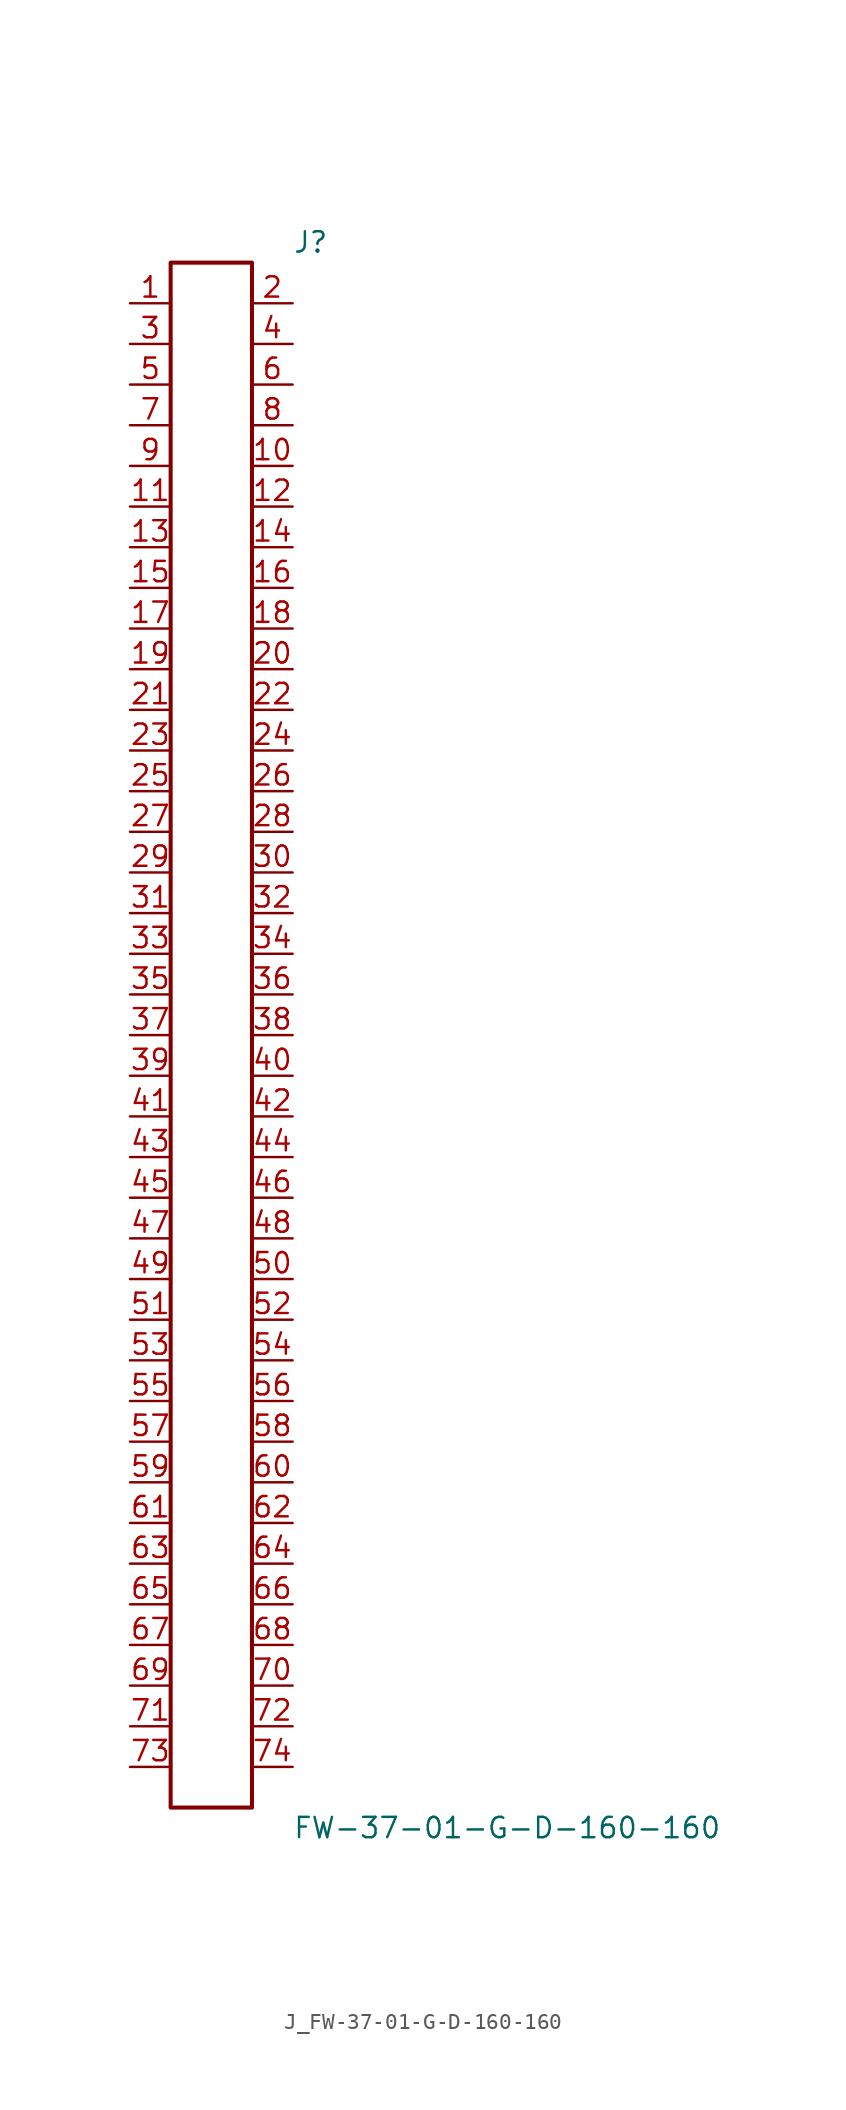
<source format=kicad_sym>
(kicad_symbol_lib
  (version 20231120)
  (generator kicad_symbol_editor)
  (generator_version 8.0)
  (symbol "J_FW-37-01-G-D-160-160"
    (pin_names
      (offset 0.254))
    (property "Reference" "J"
      (at 5.08 49.53 0)
      (effects (font (size 1.27 1.27)) (justify left)))
    (property "Value" "FW-37-01-G-D-160-160"
      (at 5.08 -49.53 0)
      (effects (font (size 1.27 1.27)) (justify left)))
    (symbol "J_FW-37-01-G-D-160-160_0_0"
      (pin unspecified line (at -5.08 45.72 0) (length 2.54) (name "" (effects (font (size 1.27 1.27)))) (number "1" (effects (font (size 1.27 1.27)))))
      (pin unspecified line (at 5.08 45.72 180) (length 2.54) (name "" (effects (font (size 1.27 1.27)))) (number "2" (effects (font (size 1.27 1.27)))))
      (pin unspecified line (at -5.08 43.18 0) (length 2.54) (name "" (effects (font (size 1.27 1.27)))) (number "3" (effects (font (size 1.27 1.27)))))
      (pin unspecified line (at 5.08 43.18 180) (length 2.54) (name "" (effects (font (size 1.27 1.27)))) (number "4" (effects (font (size 1.27 1.27)))))
      (pin unspecified line (at -5.08 40.64 0) (length 2.54) (name "" (effects (font (size 1.27 1.27)))) (number "5" (effects (font (size 1.27 1.27)))))
      (pin unspecified line (at 5.08 40.64 180) (length 2.54) (name "" (effects (font (size 1.27 1.27)))) (number "6" (effects (font (size 1.27 1.27)))))
      (pin unspecified line (at -5.08 38.1 0) (length 2.54) (name "" (effects (font (size 1.27 1.27)))) (number "7" (effects (font (size 1.27 1.27)))))
      (pin unspecified line (at 5.08 38.1 180) (length 2.54) (name "" (effects (font (size 1.27 1.27)))) (number "8" (effects (font (size 1.27 1.27)))))
      (pin unspecified line (at -5.08 35.56 0) (length 2.54) (name "" (effects (font (size 1.27 1.27)))) (number "9" (effects (font (size 1.27 1.27)))))
      (pin unspecified line (at 5.08 35.56 180) (length 2.54) (name "" (effects (font (size 1.27 1.27)))) (number "10" (effects (font (size 1.27 1.27)))))
      (pin unspecified line (at -5.08 33.02 0) (length 2.54) (name "" (effects (font (size 1.27 1.27)))) (number "11" (effects (font (size 1.27 1.27)))))
      (pin unspecified line (at 5.08 33.02 180) (length 2.54) (name "" (effects (font (size 1.27 1.27)))) (number "12" (effects (font (size 1.27 1.27)))))
      (pin unspecified line (at -5.08 30.48 0) (length 2.54) (name "" (effects (font (size 1.27 1.27)))) (number "13" (effects (font (size 1.27 1.27)))))
      (pin unspecified line (at 5.08 30.48 180) (length 2.54) (name "" (effects (font (size 1.27 1.27)))) (number "14" (effects (font (size 1.27 1.27)))))
      (pin unspecified line (at -5.08 27.94 0) (length 2.54) (name "" (effects (font (size 1.27 1.27)))) (number "15" (effects (font (size 1.27 1.27)))))
      (pin unspecified line (at 5.08 27.94 180) (length 2.54) (name "" (effects (font (size 1.27 1.27)))) (number "16" (effects (font (size 1.27 1.27)))))
      (pin unspecified line (at -5.08 25.4 0) (length 2.54) (name "" (effects (font (size 1.27 1.27)))) (number "17" (effects (font (size 1.27 1.27)))))
      (pin unspecified line (at 5.08 25.4 180) (length 2.54) (name "" (effects (font (size 1.27 1.27)))) (number "18" (effects (font (size 1.27 1.27)))))
      (pin unspecified line (at -5.08 22.86 0) (length 2.54) (name "" (effects (font (size 1.27 1.27)))) (number "19" (effects (font (size 1.27 1.27)))))
      (pin unspecified line (at 5.08 22.86 180) (length 2.54) (name "" (effects (font (size 1.27 1.27)))) (number "20" (effects (font (size 1.27 1.27)))))
      (pin unspecified line (at -5.08 20.32 0) (length 2.54) (name "" (effects (font (size 1.27 1.27)))) (number "21" (effects (font (size 1.27 1.27)))))
      (pin unspecified line (at 5.08 20.32 180) (length 2.54) (name "" (effects (font (size 1.27 1.27)))) (number "22" (effects (font (size 1.27 1.27)))))
      (pin unspecified line (at -5.08 17.78 0) (length 2.54) (name "" (effects (font (size 1.27 1.27)))) (number "23" (effects (font (size 1.27 1.27)))))
      (pin unspecified line (at 5.08 17.78 180) (length 2.54) (name "" (effects (font (size 1.27 1.27)))) (number "24" (effects (font (size 1.27 1.27)))))
      (pin unspecified line (at -5.08 15.24 0) (length 2.54) (name "" (effects (font (size 1.27 1.27)))) (number "25" (effects (font (size 1.27 1.27)))))
      (pin unspecified line (at 5.08 15.24 180) (length 2.54) (name "" (effects (font (size 1.27 1.27)))) (number "26" (effects (font (size 1.27 1.27)))))
      (pin unspecified line (at -5.08 12.7 0) (length 2.54) (name "" (effects (font (size 1.27 1.27)))) (number "27" (effects (font (size 1.27 1.27)))))
      (pin unspecified line (at 5.08 12.7 180) (length 2.54) (name "" (effects (font (size 1.27 1.27)))) (number "28" (effects (font (size 1.27 1.27)))))
      (pin unspecified line (at -5.08 10.16 0) (length 2.54) (name "" (effects (font (size 1.27 1.27)))) (number "29" (effects (font (size 1.27 1.27)))))
      (pin unspecified line (at 5.08 10.16 180) (length 2.54) (name "" (effects (font (size 1.27 1.27)))) (number "30" (effects (font (size 1.27 1.27)))))
      (pin unspecified line (at -5.08 7.62 0) (length 2.54) (name "" (effects (font (size 1.27 1.27)))) (number "31" (effects (font (size 1.27 1.27)))))
      (pin unspecified line (at 5.08 7.62 180) (length 2.54) (name "" (effects (font (size 1.27 1.27)))) (number "32" (effects (font (size 1.27 1.27)))))
      (pin unspecified line (at -5.08 5.08 0) (length 2.54) (name "" (effects (font (size 1.27 1.27)))) (number "33" (effects (font (size 1.27 1.27)))))
      (pin unspecified line (at 5.08 5.08 180) (length 2.54) (name "" (effects (font (size 1.27 1.27)))) (number "34" (effects (font (size 1.27 1.27)))))
      (pin unspecified line (at -5.08 2.54 0) (length 2.54) (name "" (effects (font (size 1.27 1.27)))) (number "35" (effects (font (size 1.27 1.27)))))
      (pin unspecified line (at 5.08 2.54 180) (length 2.54) (name "" (effects (font (size 1.27 1.27)))) (number "36" (effects (font (size 1.27 1.27)))))
      (pin unspecified line (at -5.08 0.0 0) (length 2.54) (name "" (effects (font (size 1.27 1.27)))) (number "37" (effects (font (size 1.27 1.27)))))
      (pin unspecified line (at 5.08 0.0 180) (length 2.54) (name "" (effects (font (size 1.27 1.27)))) (number "38" (effects (font (size 1.27 1.27)))))
      (pin unspecified line (at -5.08 -2.54 0) (length 2.54) (name "" (effects (font (size 1.27 1.27)))) (number "39" (effects (font (size 1.27 1.27)))))
      (pin unspecified line (at 5.08 -2.54 180) (length 2.54) (name "" (effects (font (size 1.27 1.27)))) (number "40" (effects (font (size 1.27 1.27)))))
      (pin unspecified line (at -5.08 -5.08 0) (length 2.54) (name "" (effects (font (size 1.27 1.27)))) (number "41" (effects (font (size 1.27 1.27)))))
      (pin unspecified line (at 5.08 -5.08 180) (length 2.54) (name "" (effects (font (size 1.27 1.27)))) (number "42" (effects (font (size 1.27 1.27)))))
      (pin unspecified line (at -5.08 -7.62 0) (length 2.54) (name "" (effects (font (size 1.27 1.27)))) (number "43" (effects (font (size 1.27 1.27)))))
      (pin unspecified line (at 5.08 -7.62 180) (length 2.54) (name "" (effects (font (size 1.27 1.27)))) (number "44" (effects (font (size 1.27 1.27)))))
      (pin unspecified line (at -5.08 -10.16 0) (length 2.54) (name "" (effects (font (size 1.27 1.27)))) (number "45" (effects (font (size 1.27 1.27)))))
      (pin unspecified line (at 5.08 -10.16 180) (length 2.54) (name "" (effects (font (size 1.27 1.27)))) (number "46" (effects (font (size 1.27 1.27)))))
      (pin unspecified line (at -5.08 -12.7 0) (length 2.54) (name "" (effects (font (size 1.27 1.27)))) (number "47" (effects (font (size 1.27 1.27)))))
      (pin unspecified line (at 5.08 -12.7 180) (length 2.54) (name "" (effects (font (size 1.27 1.27)))) (number "48" (effects (font (size 1.27 1.27)))))
      (pin unspecified line (at -5.08 -15.24 0) (length 2.54) (name "" (effects (font (size 1.27 1.27)))) (number "49" (effects (font (size 1.27 1.27)))))
      (pin unspecified line (at 5.08 -15.24 180) (length 2.54) (name "" (effects (font (size 1.27 1.27)))) (number "50" (effects (font (size 1.27 1.27)))))
      (pin unspecified line (at -5.08 -17.78 0) (length 2.54) (name "" (effects (font (size 1.27 1.27)))) (number "51" (effects (font (size 1.27 1.27)))))
      (pin unspecified line (at 5.08 -17.78 180) (length 2.54) (name "" (effects (font (size 1.27 1.27)))) (number "52" (effects (font (size 1.27 1.27)))))
      (pin unspecified line (at -5.08 -20.32 0) (length 2.54) (name "" (effects (font (size 1.27 1.27)))) (number "53" (effects (font (size 1.27 1.27)))))
      (pin unspecified line (at 5.08 -20.32 180) (length 2.54) (name "" (effects (font (size 1.27 1.27)))) (number "54" (effects (font (size 1.27 1.27)))))
      (pin unspecified line (at -5.08 -22.86 0) (length 2.54) (name "" (effects (font (size 1.27 1.27)))) (number "55" (effects (font (size 1.27 1.27)))))
      (pin unspecified line (at 5.08 -22.86 180) (length 2.54) (name "" (effects (font (size 1.27 1.27)))) (number "56" (effects (font (size 1.27 1.27)))))
      (pin unspecified line (at -5.08 -25.4 0) (length 2.54) (name "" (effects (font (size 1.27 1.27)))) (number "57" (effects (font (size 1.27 1.27)))))
      (pin unspecified line (at 5.08 -25.4 180) (length 2.54) (name "" (effects (font (size 1.27 1.27)))) (number "58" (effects (font (size 1.27 1.27)))))
      (pin unspecified line (at -5.08 -27.94 0) (length 2.54) (name "" (effects (font (size 1.27 1.27)))) (number "59" (effects (font (size 1.27 1.27)))))
      (pin unspecified line (at 5.08 -27.94 180) (length 2.54) (name "" (effects (font (size 1.27 1.27)))) (number "60" (effects (font (size 1.27 1.27)))))
      (pin unspecified line (at -5.08 -30.48 0) (length 2.54) (name "" (effects (font (size 1.27 1.27)))) (number "61" (effects (font (size 1.27 1.27)))))
      (pin unspecified line (at 5.08 -30.48 180) (length 2.54) (name "" (effects (font (size 1.27 1.27)))) (number "62" (effects (font (size 1.27 1.27)))))
      (pin unspecified line (at -5.08 -33.02 0) (length 2.54) (name "" (effects (font (size 1.27 1.27)))) (number "63" (effects (font (size 1.27 1.27)))))
      (pin unspecified line (at 5.08 -33.02 180) (length 2.54) (name "" (effects (font (size 1.27 1.27)))) (number "64" (effects (font (size 1.27 1.27)))))
      (pin unspecified line (at -5.08 -35.56 0) (length 2.54) (name "" (effects (font (size 1.27 1.27)))) (number "65" (effects (font (size 1.27 1.27)))))
      (pin unspecified line (at 5.08 -35.56 180) (length 2.54) (name "" (effects (font (size 1.27 1.27)))) (number "66" (effects (font (size 1.27 1.27)))))
      (pin unspecified line (at -5.08 -38.1 0) (length 2.54) (name "" (effects (font (size 1.27 1.27)))) (number "67" (effects (font (size 1.27 1.27)))))
      (pin unspecified line (at 5.08 -38.1 180) (length 2.54) (name "" (effects (font (size 1.27 1.27)))) (number "68" (effects (font (size 1.27 1.27)))))
      (pin unspecified line (at -5.08 -40.64 0) (length 2.54) (name "" (effects (font (size 1.27 1.27)))) (number "69" (effects (font (size 1.27 1.27)))))
      (pin unspecified line (at 5.08 -40.64 180) (length 2.54) (name "" (effects (font (size 1.27 1.27)))) (number "70" (effects (font (size 1.27 1.27)))))
      (pin unspecified line (at -5.08 -43.18 0) (length 2.54) (name "" (effects (font (size 1.27 1.27)))) (number "71" (effects (font (size 1.27 1.27)))))
      (pin unspecified line (at 5.08 -43.18 180) (length 2.54) (name "" (effects (font (size 1.27 1.27)))) (number "72" (effects (font (size 1.27 1.27)))))
      (pin unspecified line (at -5.08 -45.72 0) (length 2.54) (name "" (effects (font (size 1.27 1.27)))) (number "73" (effects (font (size 1.27 1.27)))))
      (pin unspecified line (at 5.08 -45.72 180) (length 2.54) (name "" (effects (font (size 1.27 1.27)))) (number "74" (effects (font (size 1.27 1.27))))))
    (symbol "J_FW-37-01-G-D-160-160_1_0"
      (rectangle (start -2.54 48.26) (end 2.54 -48.26) (stroke (width 0.254) (type solid)) (fill (type none))))))
</source>
